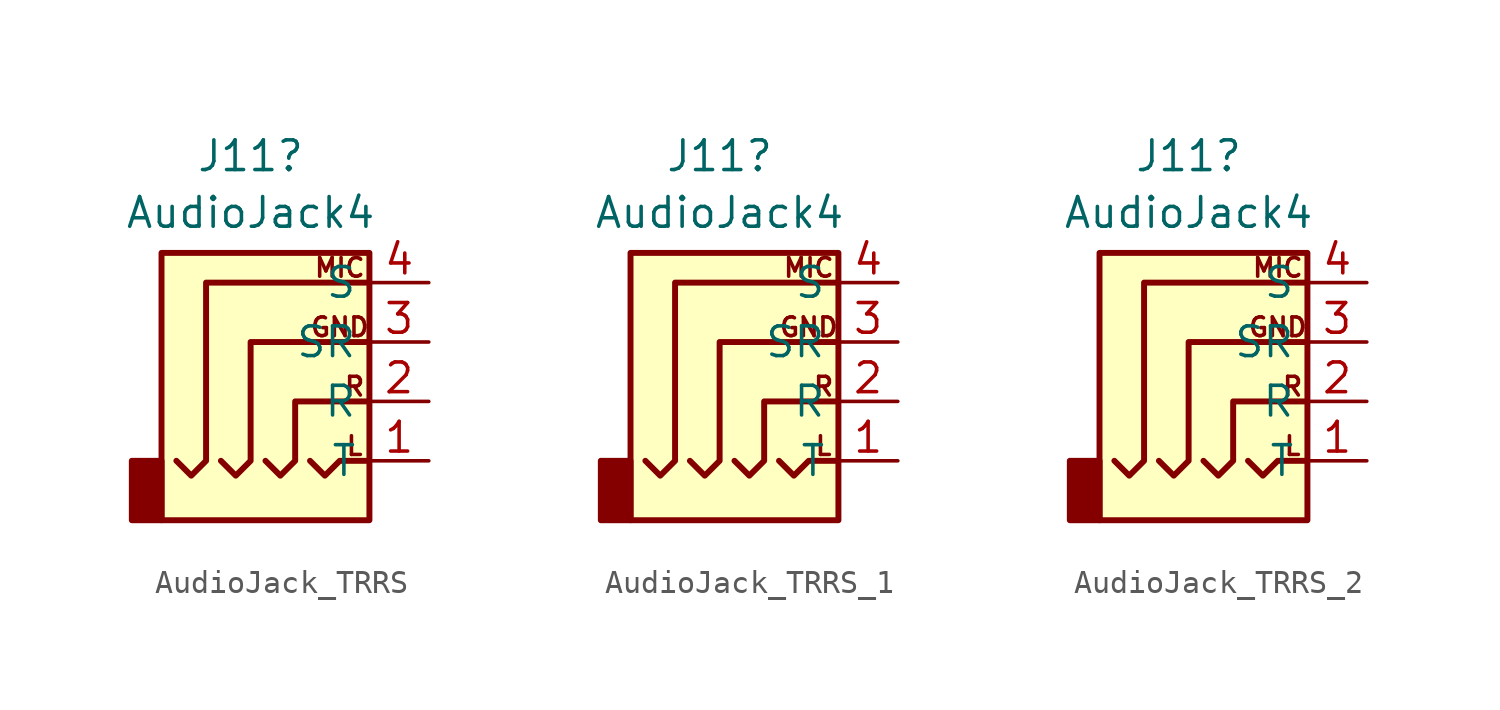
<source format=kicad_sym>
(kicad_symbol_lib
  (version 20241209)
  (generator "kicad_symbol_editor")
  (generator_version "9.0")
  (symbol "AudioJack_TRRS"
    (property "Reference" "J11"
      (at -2.54 7.955 0)
      (effects (font (size 1.27 1.27))))
    (property "Value" "AudioJack4"
      (at -2.54 5.53 0)
      (effects (font (size 1.27 1.27))))
    (symbol "AudioJack_TRRS_0_1"
      (rectangle (start -6.35 -5.08) (end -7.62 -7.62) (stroke (width 0.254) (type default)) (fill (type outline)))
      (polyline (pts (xy -5.715 -5.08) (xy -5.08 -5.715) (xy -4.445 -5.08) (xy -4.445 2.54) (xy 2.54 2.54)) (stroke (width 0.254) (type default)) (fill (type none)))
      (polyline (pts (xy -1.905 -5.08) (xy -1.27 -5.715) (xy -0.635 -5.08) (xy -0.635 -2.54) (xy 2.54 -2.54)) (stroke (width 0.254) (type default)) (fill (type none)))
      (polyline (pts (xy 0 -5.08) (xy 0.635 -5.715) (xy 1.27 -5.08) (xy 2.54 -5.08)) (stroke (width 0.254) (type default)) (fill (type none)))
      (rectangle (start 2.54 3.81) (end -6.35 -7.62) (stroke (width 0.254) (type default)) (fill (type background)))
      (polyline (pts (xy 2.54 0) (xy -2.54 0) (xy -2.54 -5.08) (xy -3.175 -5.715) (xy -3.81 -5.08)) (stroke (width 0.254) (type default)) (fill (type none))))
    (symbol "AudioJack_TRRS_1_1"
      (text "MIC" (at 1.27 3.175 0) (effects (font (size 0.8 0.8))))
      (text "GND" (at 1.27 0.635 0) (effects (font (size 0.8 0.8))))
      (text "R" (at 1.905 -1.905 0) (effects (font (size 0.8 0.8))))
      (text "L" (at 1.905 -4.445 0) (effects (font (size 0.8 0.8))))
      (pin passive line (at 5.08 2.54 180) (length 2.54) (name "S" (effects (font (size 1.27 1.27)))) (number "4" (effects (font (size 1.27 1.27)))))
      (pin passive line (at 5.08 0 180) (length 2.54) (name "SR" (effects (font (size 1.27 1.27)))) (number "3" (effects (font (size 1.27 1.27)))))
      (pin passive line (at 5.08 -2.54 180) (length 2.54) (name "R" (effects (font (size 1.27 1.27)))) (number "2" (effects (font (size 1.27 1.27)))))
      (pin passive line (at 5.08 -5.08 180) (length 2.54) (name "T" (effects (font (size 1.27 1.27)))) (number "1" (effects (font (size 1.27 1.27)))))))
  (symbol "AudioJack_TRRS_1"
    (property "Reference" "J11"
      (at -2.54 7.955 0)
      (effects (font (size 1.27 1.27))))
    (property "Value" "AudioJack4"
      (at -2.54 5.53 0)
      (effects (font (size 1.27 1.27))))
    (symbol "AudioJack_TRRS_1_0_1"
      (rectangle (start -6.35 -5.08) (end -7.62 -7.62) (stroke (width 0.254) (type default)) (fill (type outline)))
      (polyline (pts (xy -5.715 -5.08) (xy -5.08 -5.715) (xy -4.445 -5.08) (xy -4.445 2.54) (xy 2.54 2.54)) (stroke (width 0.254) (type default)) (fill (type none)))
      (polyline (pts (xy -1.905 -5.08) (xy -1.27 -5.715) (xy -0.635 -5.08) (xy -0.635 -2.54) (xy 2.54 -2.54)) (stroke (width 0.254) (type default)) (fill (type none)))
      (polyline (pts (xy 0 -5.08) (xy 0.635 -5.715) (xy 1.27 -5.08) (xy 2.54 -5.08)) (stroke (width 0.254) (type default)) (fill (type none)))
      (rectangle (start 2.54 3.81) (end -6.35 -7.62) (stroke (width 0.254) (type default)) (fill (type background)))
      (polyline (pts (xy 2.54 0) (xy -2.54 0) (xy -2.54 -5.08) (xy -3.175 -5.715) (xy -3.81 -5.08)) (stroke (width 0.254) (type default)) (fill (type none))))
    (symbol "AudioJack_TRRS_1_1_1"
      (text "MIC" (at 1.27 3.175 0) (effects (font (size 0.8 0.8))))
      (text "GND" (at 1.27 0.635 0) (effects (font (size 0.8 0.8))))
      (text "R" (at 1.905 -1.905 0) (effects (font (size 0.8 0.8))))
      (text "L" (at 1.905 -4.445 0) (effects (font (size 0.8 0.8))))
      (pin passive line (at 5.08 2.54 180) (length 2.54) (name "S" (effects (font (size 1.27 1.27)))) (number "4" (effects (font (size 1.27 1.27)))))
      (pin passive line (at 5.08 0 180) (length 2.54) (name "SR" (effects (font (size 1.27 1.27)))) (number "3" (effects (font (size 1.27 1.27)))))
      (pin passive line (at 5.08 -2.54 180) (length 2.54) (name "R" (effects (font (size 1.27 1.27)))) (number "2" (effects (font (size 1.27 1.27)))))
      (pin passive line (at 5.08 -5.08 180) (length 2.54) (name "T" (effects (font (size 1.27 1.27)))) (number "1" (effects (font (size 1.27 1.27)))))))
  (symbol "AudioJack_TRRS_2"
    (property "Reference" "J11"
      (at -2.54 7.955 0)
      (effects (font (size 1.27 1.27))))
    (property "Value" "AudioJack4"
      (at -2.54 5.53 0)
      (effects (font (size 1.27 1.27))))
    (symbol "AudioJack_TRRS_2_0_1"
      (rectangle (start -6.35 -5.08) (end -7.62 -7.62) (stroke (width 0.254) (type default)) (fill (type outline)))
      (polyline (pts (xy -5.715 -5.08) (xy -5.08 -5.715) (xy -4.445 -5.08) (xy -4.445 2.54) (xy 2.54 2.54)) (stroke (width 0.254) (type default)) (fill (type none)))
      (polyline (pts (xy -1.905 -5.08) (xy -1.27 -5.715) (xy -0.635 -5.08) (xy -0.635 -2.54) (xy 2.54 -2.54)) (stroke (width 0.254) (type default)) (fill (type none)))
      (polyline (pts (xy 0 -5.08) (xy 0.635 -5.715) (xy 1.27 -5.08) (xy 2.54 -5.08)) (stroke (width 0.254) (type default)) (fill (type none)))
      (rectangle (start 2.54 3.81) (end -6.35 -7.62) (stroke (width 0.254) (type default)) (fill (type background)))
      (polyline (pts (xy 2.54 0) (xy -2.54 0) (xy -2.54 -5.08) (xy -3.175 -5.715) (xy -3.81 -5.08)) (stroke (width 0.254) (type default)) (fill (type none))))
    (symbol "AudioJack_TRRS_2_1_1"
      (text "MIC" (at 1.27 3.175 0) (effects (font (size 0.8 0.8))))
      (text "GND" (at 1.27 0.635 0) (effects (font (size 0.8 0.8))))
      (text "R" (at 1.905 -1.905 0) (effects (font (size 0.8 0.8))))
      (text "L" (at 1.905 -4.445 0) (effects (font (size 0.8 0.8))))
      (pin passive line (at 5.08 2.54 180) (length 2.54) (name "S" (effects (font (size 1.27 1.27)))) (number "4" (effects (font (size 1.27 1.27)))))
      (pin passive line (at 5.08 0 180) (length 2.54) (name "SR" (effects (font (size 1.27 1.27)))) (number "3" (effects (font (size 1.27 1.27)))))
      (pin passive line (at 5.08 -2.54 180) (length 2.54) (name "R" (effects (font (size 1.27 1.27)))) (number "2" (effects (font (size 1.27 1.27)))))
      (pin passive line (at 5.08 -5.08 180) (length 2.54) (name "T" (effects (font (size 1.27 1.27)))) (number "1" (effects (font (size 1.27 1.27))))))))
</source>
